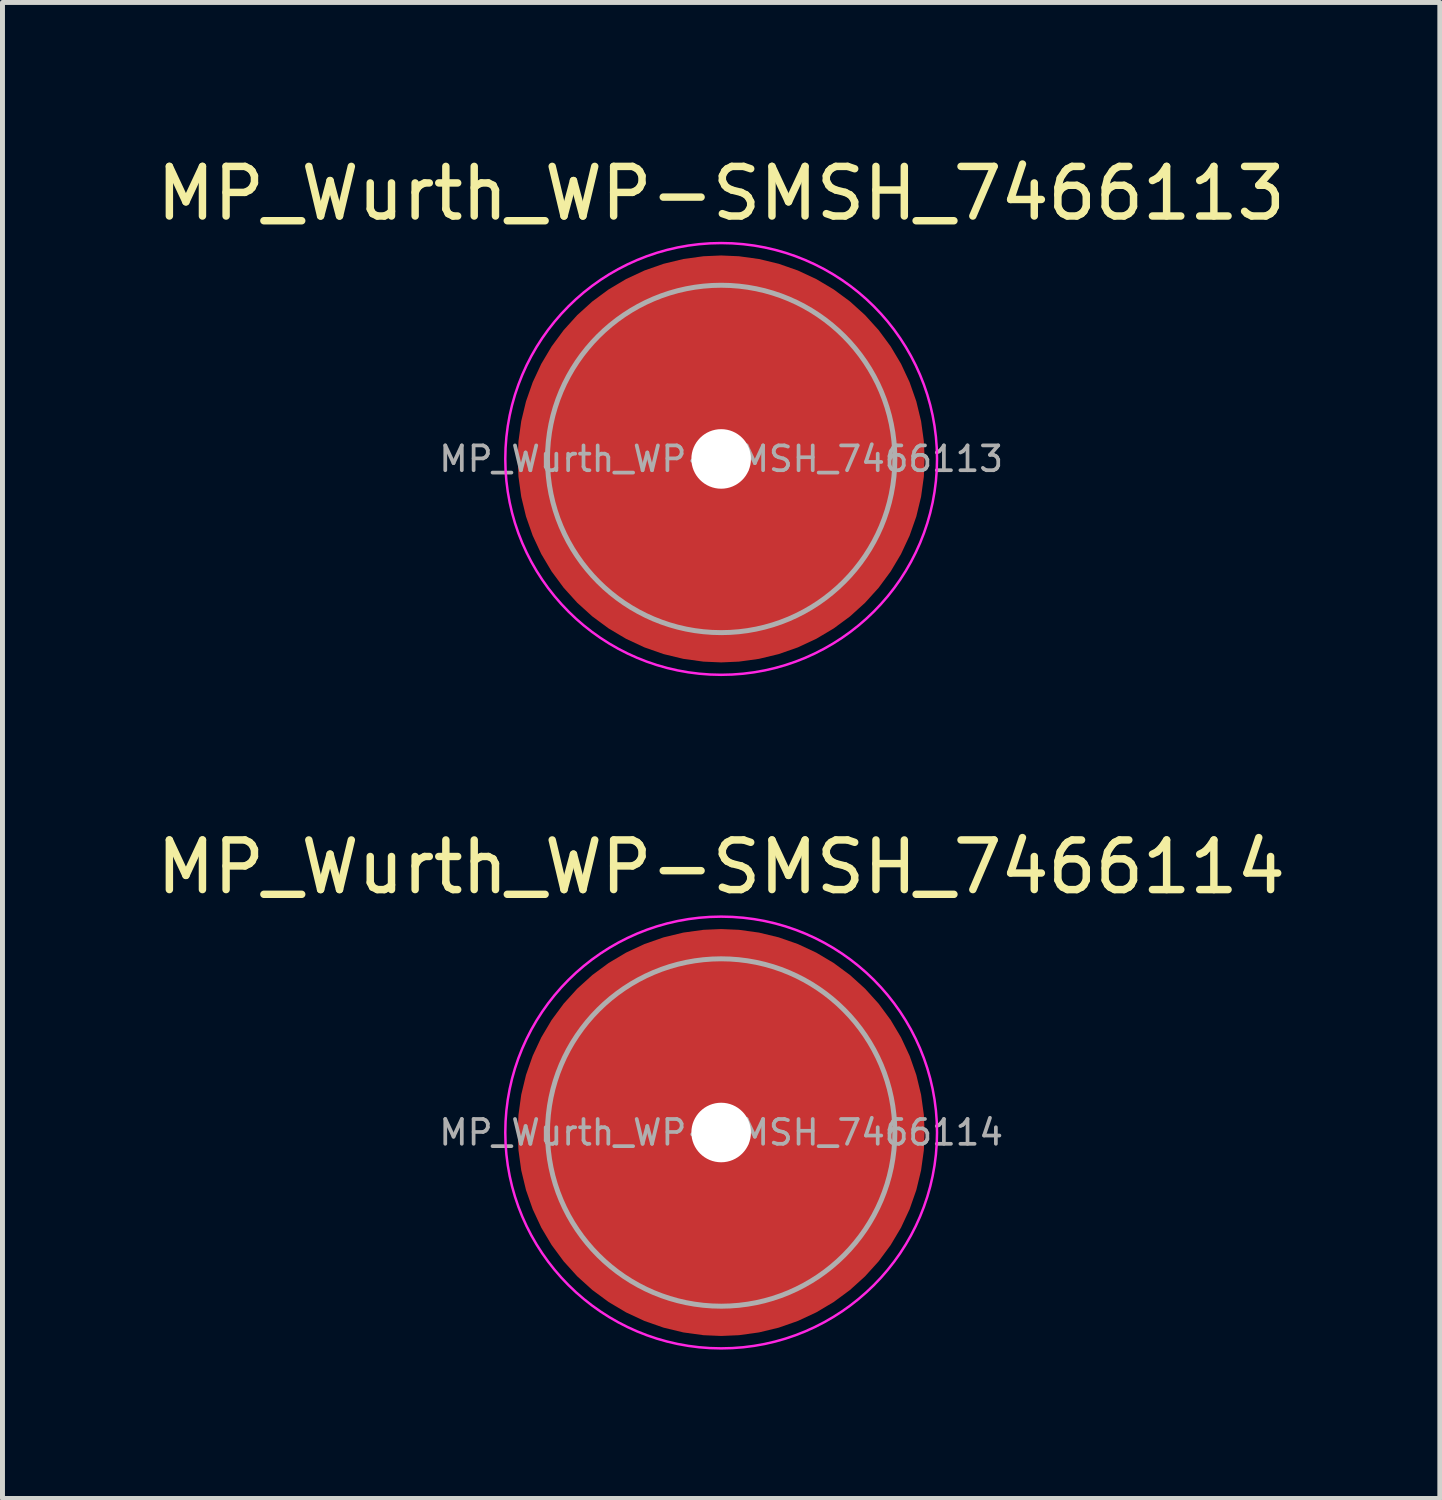
<source format=kicad_pcb>
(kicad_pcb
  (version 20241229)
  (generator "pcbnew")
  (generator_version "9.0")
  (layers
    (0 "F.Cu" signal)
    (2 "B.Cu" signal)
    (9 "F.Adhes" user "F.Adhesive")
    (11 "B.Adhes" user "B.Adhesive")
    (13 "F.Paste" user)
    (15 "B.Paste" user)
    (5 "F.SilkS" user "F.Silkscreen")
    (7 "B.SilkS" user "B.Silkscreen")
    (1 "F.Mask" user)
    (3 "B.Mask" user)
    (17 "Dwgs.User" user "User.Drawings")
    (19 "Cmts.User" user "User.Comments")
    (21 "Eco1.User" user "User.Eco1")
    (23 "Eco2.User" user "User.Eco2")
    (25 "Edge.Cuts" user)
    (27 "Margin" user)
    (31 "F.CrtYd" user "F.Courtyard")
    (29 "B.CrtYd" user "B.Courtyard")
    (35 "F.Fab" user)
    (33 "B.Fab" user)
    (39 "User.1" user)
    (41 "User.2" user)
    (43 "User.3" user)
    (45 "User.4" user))
  (footprint "MP_Wurth_WP-SMSH_7466113"
    (layer "F.Cu")
    (at 11.482 6.198)
    (property "Reference" "MP_Wurth_WP-SMSH_7466113" (at 0 -5.35 0) (unlocked yes) (layer "F.SilkS") (effects (font (size 1 1) (thickness 0.15))))
    (attr smd)
    (fp_poly (pts (xy -0.495 -0.558) (xy -0.551 -0.502) (xy -0.616 -0.422) (xy -0.656 -0.353) (xy -0.7 -0.258) (xy -0.735 -0.129) (xy -0.745 -0.04) (xy -0.745 0.04) (xy -0.735 0.114) (xy -0.715 0.209) (xy -0.69 0.278) (xy -0.661 0.348) (xy -0.621 0.412) (xy -0.571 0.477) (xy -0.495 0.558) (xy -0.495 3.976) (xy -0.531 3.97) (xy -0.726 3.94) (xy -0.726 3.94) (xy -0.916 3.9) (xy -0.916 3.9) (xy -1.111 3.85) (xy -1.111 3.85) (xy -1.286 3.795) (xy -1.287 3.795) (xy -1.472 3.725) (xy -1.472 3.725) (xy -1.607 3.67) (xy -1.607 3.67) (xy -1.727 3.615) (xy -1.727 3.614) (xy -1.877 3.539) (xy -1.877 3.539) (xy -2.062 3.434) (xy -2.063 3.434) (xy -2.243 3.319) (xy -2.243 3.319) (xy -2.383 3.219) (xy -2.383 3.219) (xy -2.513 3.119) (xy -2.513 3.119) (xy -2.653 2.999) (xy -2.653 2.999) (xy -2.758 2.904) (xy -2.759 2.904) (xy -2.884 2.779) (xy -2.884 2.778) (xy -2.979 2.678) (xy -2.979 2.678) (xy -3.064 2.578) (xy -3.139 2.488) (xy -3.139 2.488) (xy -3.254 2.338) (xy -3.254 2.338) (xy -3.344 2.203) (xy -3.424 2.078) (xy -3.424 2.078) (xy -3.504 1.943) (xy -3.504 1.942) (xy -3.564 1.827) (xy -3.565 1.827) (xy -3.64 1.672) (xy -3.64 1.672) (xy -3.71 1.512) (xy -3.71 1.512) (xy -3.77 1.357) (xy -3.77 1.357) (xy -3.81 1.237) (xy -3.85 1.112) (xy -3.85 1.111) (xy -3.885 0.981) (xy -3.885 0.981) (xy -3.915 0.851) (xy -3.915 0.851) (xy -3.94 0.721) (xy -3.96 0.606) (xy -3.96 0.606) (xy -3.975 0.501) (xy -3.975 0.5) (xy -3.985 0.395) (xy -3.995 0.295) (xy -3.995 0.295) (xy -4 0.215) (xy -4 0.215) (xy -4.005 0.09) (xy -4.005 0.09) (xy -4.005 -0.05) (xy -4.005 -0.05) (xy -4 -0.195) (xy -3.995 -0.32) (xy -3.995 -0.321) (xy -3.98 -0.431) (xy -3.97 -0.54) (xy -3.97 -0.541) (xy -3.945 -0.686) (xy -3.925 -0.796) (xy -3.9 -0.921) (xy -3.9 -0.921) (xy -3.845 -1.121) (xy -3.81 -1.241) (xy -3.81 -1.242) (xy -3.745 -1.422) (xy -3.745 -1.422) (xy -3.675 -1.592) (xy -3.675 -1.592) (xy -3.62 -1.717) (xy -3.619 -1.717) (xy -3.559 -1.837) (xy -3.559 -1.837) (xy -3.514 -1.922) (xy -3.514 -1.922) (xy -3.449 -2.037) (xy -3.449 -2.038) (xy -3.379 -2.153) (xy -3.379 -2.153) (xy -3.309 -2.258) (xy -3.309 -2.258) (xy -3.239 -2.358) (xy -3.239 -2.358) (xy -3.149 -2.473) (xy -3.149 -2.473) (xy -3.054 -2.588) (xy -2.989 -2.668) (xy -2.989 -2.668) (xy -2.919 -2.743) (xy -2.919 -2.744) (xy -2.759 -2.904) (xy -2.758 -2.904) (xy -2.688 -2.969) (xy -2.688 -2.969) (xy -2.618 -3.029) (xy -2.528 -3.104) (xy -2.443 -3.174) (xy -2.443 -3.174) (xy -2.333 -3.254) (xy -2.333 -3.254) (xy -2.223 -3.329) (xy -2.133 -3.389) (xy -2.133 -3.389) (xy -2.043 -3.444) (xy -2.043 -3.444) (xy -1.923 -3.514) (xy -1.922 -3.514) (xy -1.817 -3.569) (xy -1.687 -3.634) (xy -1.687 -3.635) (xy -1.502 -3.715) (xy -1.502 -3.715) (xy -1.367 -3.765) (xy -1.367 -3.765) (xy -1.207 -3.82) (xy -1.206 -3.82) (xy -1.056 -3.865) (xy -1.056 -3.865) (xy -0.826 -3.92) (xy -0.826 -3.92) (xy -0.641 -3.95) (xy -0.495 -3.976)) (stroke (width 0) (type default)) (fill yes) (layer "F.Paste"))
    (fp_poly (pts (xy 0.531 -3.97) (xy 0.726 -3.94) (xy 0.726 -3.94) (xy 0.916 -3.9) (xy 0.916 -3.9) (xy 1.111 -3.85) (xy 1.111 -3.85) (xy 1.286 -3.795) (xy 1.287 -3.795) (xy 1.472 -3.725) (xy 1.472 -3.725) (xy 1.607 -3.67) (xy 1.607 -3.67) (xy 1.727 -3.615) (xy 1.727 -3.614) (xy 1.877 -3.539) (xy 1.877 -3.539) (xy 2.062 -3.434) (xy 2.063 -3.434) (xy 2.243 -3.319) (xy 2.243 -3.319) (xy 2.383 -3.219) (xy 2.383 -3.219) (xy 2.513 -3.119) (xy 2.513 -3.119) (xy 2.653 -2.999) (xy 2.653 -2.999) (xy 2.758 -2.904) (xy 2.759 -2.904) (xy 2.884 -2.779) (xy 2.884 -2.778) (xy 2.979 -2.678) (xy 2.979 -2.678) (xy 3.064 -2.578) (xy 3.139 -2.488) (xy 3.139 -2.488) (xy 3.254 -2.338) (xy 3.254 -2.338) (xy 3.344 -2.203) (xy 3.424 -2.078) (xy 3.424 -2.078) (xy 3.504 -1.943) (xy 3.504 -1.942) (xy 3.564 -1.827) (xy 3.565 -1.827) (xy 3.64 -1.672) (xy 3.64 -1.672) (xy 3.71 -1.512) (xy 3.71 -1.512) (xy 3.77 -1.357) (xy 3.77 -1.357) (xy 3.81 -1.237) (xy 3.85 -1.112) (xy 3.85 -1.111) (xy 3.885 -0.981) (xy 3.885 -0.981) (xy 3.915 -0.851) (xy 3.915 -0.851) (xy 3.94 -0.721) (xy 3.96 -0.606) (xy 3.96 -0.606) (xy 3.975 -0.501) (xy 3.975 -0.5) (xy 3.985 -0.395) (xy 3.995 -0.295) (xy 3.995 -0.295) (xy 4 -0.215) (xy 4 -0.215) (xy 4.005 -0.09) (xy 4.005 -0.09) (xy 4.005 0.05) (xy 4.005 0.05) (xy 4 0.195) (xy 3.995 0.32) (xy 3.995 0.321) (xy 3.98 0.431) (xy 3.97 0.54) (xy 3.97 0.541) (xy 3.945 0.686) (xy 3.925 0.796) (xy 3.9 0.921) (xy 3.9 0.921) (xy 3.845 1.121) (xy 3.81 1.241) (xy 3.81 1.242) (xy 3.745 1.422) (xy 3.745 1.422) (xy 3.675 1.592) (xy 3.675 1.592) (xy 3.62 1.717) (xy 3.619 1.717) (xy 3.559 1.837) (xy 3.559 1.837) (xy 3.514 1.922) (xy 3.514 1.922) (xy 3.449 2.037) (xy 3.449 2.038) (xy 3.379 2.153) (xy 3.379 2.153) (xy 3.309 2.258) (xy 3.309 2.258) (xy 3.239 2.358) (xy 3.239 2.358) (xy 3.149 2.473) (xy 3.149 2.473) (xy 3.054 2.588) (xy 2.989 2.668) (xy 2.989 2.668) (xy 2.919 2.743) (xy 2.919 2.744) (xy 2.759 2.904) (xy 2.758 2.904) (xy 2.688 2.969) (xy 2.688 2.969) (xy 2.618 3.029) (xy 2.528 3.104) (xy 2.443 3.174) (xy 2.443 3.174) (xy 2.333 3.254) (xy 2.333 3.254) (xy 2.223 3.329) (xy 2.133 3.389) (xy 2.133 3.389) (xy 2.043 3.444) (xy 2.043 3.444) (xy 1.923 3.514) (xy 1.922 3.514) (xy 1.817 3.569) (xy 1.687 3.634) (xy 1.687 3.635) (xy 1.502 3.715) (xy 1.502 3.715) (xy 1.367 3.765) (xy 1.367 3.765) (xy 1.207 3.82) (xy 1.206 3.82) (xy 1.056 3.865) (xy 1.056 3.865) (xy 0.826 3.92) (xy 0.826 3.92) (xy 0.641 3.95) (xy 0.495 3.976) (xy 0.495 0.558) (xy 0.551 0.502) (xy 0.616 0.422) (xy 0.656 0.353) (xy 0.7 0.258) (xy 0.735 0.129) (xy 0.745 0.04) (xy 0.745 -0.04) (xy 0.735 -0.114) (xy 0.715 -0.209) (xy 0.69 -0.278) (xy 0.661 -0.348) (xy 0.621 -0.412) (xy 0.571 -0.477) (xy 0.495 -0.558) (xy 0.495 -3.976)) (stroke (width 0) (type default)) (fill yes) (layer "F.Paste"))
    (fp_circle (center 0 0) (end 4.35 0) (stroke (width 0.05) (type solid)) (fill no) (layer "F.CrtYd"))
    (fp_circle (center 0 0) (end 3.5 0) (stroke (width 0.1) (type solid)) (fill no) (layer "F.Fab"))
    (fp_text user "${REFERENCE}" (at 0 0 0) (unlocked yes) (layer "F.Fab") (effects (font (size 0.5 0.5) (thickness 0.075))))
    (pad "" np_thru_hole circle (at 0 0) (size 1.2 1.2) (drill 1.2) (layers "*.Cu" "*.Mask"))
    (pad "1" smd roundrect (at 0 0) (size 8.2 8.2) (layers "F.Cu" "F.Mask") (roundrect_rratio 0.5)))
  (footprint "MP_Wurth_WP-SMSH_7466114"
    (layer "F.Cu")
    (at 11.482 19.771)
    (property "Reference" "MP_Wurth_WP-SMSH_7466114" (at 0 -5.35 0) (unlocked yes) (layer "F.SilkS") (effects (font (size 1 1) (thickness 0.15))))
    (attr smd)
    (fp_poly (pts (xy -0.495 -0.558) (xy -0.551 -0.502) (xy -0.616 -0.422) (xy -0.656 -0.353) (xy -0.7 -0.258) (xy -0.735 -0.129) (xy -0.745 -0.04) (xy -0.745 0.04) (xy -0.735 0.114) (xy -0.715 0.209) (xy -0.69 0.278) (xy -0.661 0.348) (xy -0.621 0.412) (xy -0.571 0.477) (xy -0.495 0.558) (xy -0.495 3.976) (xy -0.531 3.97) (xy -0.726 3.94) (xy -0.726 3.94) (xy -0.916 3.9) (xy -0.916 3.9) (xy -1.111 3.85) (xy -1.111 3.85) (xy -1.286 3.795) (xy -1.287 3.795) (xy -1.472 3.725) (xy -1.472 3.725) (xy -1.607 3.67) (xy -1.607 3.67) (xy -1.727 3.615) (xy -1.727 3.614) (xy -1.877 3.539) (xy -1.877 3.539) (xy -2.062 3.434) (xy -2.063 3.434) (xy -2.243 3.319) (xy -2.243 3.319) (xy -2.383 3.219) (xy -2.383 3.219) (xy -2.513 3.119) (xy -2.513 3.119) (xy -2.653 2.999) (xy -2.653 2.999) (xy -2.758 2.904) (xy -2.759 2.904) (xy -2.884 2.779) (xy -2.884 2.778) (xy -2.979 2.678) (xy -2.979 2.678) (xy -3.064 2.578) (xy -3.139 2.488) (xy -3.139 2.488) (xy -3.254 2.338) (xy -3.254 2.338) (xy -3.344 2.203) (xy -3.424 2.078) (xy -3.424 2.078) (xy -3.504 1.943) (xy -3.504 1.942) (xy -3.564 1.827) (xy -3.565 1.827) (xy -3.64 1.672) (xy -3.64 1.672) (xy -3.71 1.512) (xy -3.71 1.512) (xy -3.77 1.357) (xy -3.77 1.357) (xy -3.81 1.237) (xy -3.85 1.112) (xy -3.85 1.111) (xy -3.885 0.981) (xy -3.885 0.981) (xy -3.915 0.851) (xy -3.915 0.851) (xy -3.94 0.721) (xy -3.96 0.606) (xy -3.96 0.606) (xy -3.975 0.501) (xy -3.975 0.5) (xy -3.985 0.395) (xy -3.995 0.295) (xy -3.995 0.295) (xy -4 0.215) (xy -4 0.215) (xy -4.005 0.09) (xy -4.005 0.09) (xy -4.005 -0.05) (xy -4.005 -0.05) (xy -4 -0.195) (xy -3.995 -0.32) (xy -3.995 -0.321) (xy -3.98 -0.431) (xy -3.97 -0.54) (xy -3.97 -0.541) (xy -3.945 -0.686) (xy -3.925 -0.796) (xy -3.9 -0.921) (xy -3.9 -0.921) (xy -3.845 -1.121) (xy -3.81 -1.241) (xy -3.81 -1.242) (xy -3.745 -1.422) (xy -3.745 -1.422) (xy -3.675 -1.592) (xy -3.675 -1.592) (xy -3.62 -1.717) (xy -3.619 -1.717) (xy -3.559 -1.837) (xy -3.559 -1.837) (xy -3.514 -1.922) (xy -3.514 -1.922) (xy -3.449 -2.037) (xy -3.449 -2.038) (xy -3.379 -2.153) (xy -3.379 -2.153) (xy -3.309 -2.258) (xy -3.309 -2.258) (xy -3.239 -2.358) (xy -3.239 -2.358) (xy -3.149 -2.473) (xy -3.149 -2.473) (xy -3.054 -2.588) (xy -2.989 -2.668) (xy -2.989 -2.668) (xy -2.919 -2.743) (xy -2.919 -2.744) (xy -2.759 -2.904) (xy -2.758 -2.904) (xy -2.688 -2.969) (xy -2.688 -2.969) (xy -2.618 -3.029) (xy -2.528 -3.104) (xy -2.443 -3.174) (xy -2.443 -3.174) (xy -2.333 -3.254) (xy -2.333 -3.254) (xy -2.223 -3.329) (xy -2.133 -3.389) (xy -2.133 -3.389) (xy -2.043 -3.444) (xy -2.043 -3.444) (xy -1.923 -3.514) (xy -1.922 -3.514) (xy -1.817 -3.569) (xy -1.687 -3.634) (xy -1.687 -3.635) (xy -1.502 -3.715) (xy -1.502 -3.715) (xy -1.367 -3.765) (xy -1.367 -3.765) (xy -1.207 -3.82) (xy -1.206 -3.82) (xy -1.056 -3.865) (xy -1.056 -3.865) (xy -0.826 -3.92) (xy -0.826 -3.92) (xy -0.641 -3.95) (xy -0.495 -3.976)) (stroke (width 0) (type default)) (fill yes) (layer "F.Paste"))
    (fp_poly (pts (xy 0.531 -3.97) (xy 0.726 -3.94) (xy 0.726 -3.94) (xy 0.916 -3.9) (xy 0.916 -3.9) (xy 1.111 -3.85) (xy 1.111 -3.85) (xy 1.286 -3.795) (xy 1.287 -3.795) (xy 1.472 -3.725) (xy 1.472 -3.725) (xy 1.607 -3.67) (xy 1.607 -3.67) (xy 1.727 -3.615) (xy 1.727 -3.614) (xy 1.877 -3.539) (xy 1.877 -3.539) (xy 2.062 -3.434) (xy 2.063 -3.434) (xy 2.243 -3.319) (xy 2.243 -3.319) (xy 2.383 -3.219) (xy 2.383 -3.219) (xy 2.513 -3.119) (xy 2.513 -3.119) (xy 2.653 -2.999) (xy 2.653 -2.999) (xy 2.758 -2.904) (xy 2.759 -2.904) (xy 2.884 -2.779) (xy 2.884 -2.778) (xy 2.979 -2.678) (xy 2.979 -2.678) (xy 3.064 -2.578) (xy 3.139 -2.488) (xy 3.139 -2.488) (xy 3.254 -2.338) (xy 3.254 -2.338) (xy 3.344 -2.203) (xy 3.424 -2.078) (xy 3.424 -2.078) (xy 3.504 -1.943) (xy 3.504 -1.942) (xy 3.564 -1.827) (xy 3.565 -1.827) (xy 3.64 -1.672) (xy 3.64 -1.672) (xy 3.71 -1.512) (xy 3.71 -1.512) (xy 3.77 -1.357) (xy 3.77 -1.357) (xy 3.81 -1.237) (xy 3.85 -1.112) (xy 3.85 -1.111) (xy 3.885 -0.981) (xy 3.885 -0.981) (xy 3.915 -0.851) (xy 3.915 -0.851) (xy 3.94 -0.721) (xy 3.96 -0.606) (xy 3.96 -0.606) (xy 3.975 -0.501) (xy 3.975 -0.5) (xy 3.985 -0.395) (xy 3.995 -0.295) (xy 3.995 -0.295) (xy 4 -0.215) (xy 4 -0.215) (xy 4.005 -0.09) (xy 4.005 -0.09) (xy 4.005 0.05) (xy 4.005 0.05) (xy 4 0.195) (xy 3.995 0.32) (xy 3.995 0.321) (xy 3.98 0.431) (xy 3.97 0.54) (xy 3.97 0.541) (xy 3.945 0.686) (xy 3.925 0.796) (xy 3.9 0.921) (xy 3.9 0.921) (xy 3.845 1.121) (xy 3.81 1.241) (xy 3.81 1.242) (xy 3.745 1.422) (xy 3.745 1.422) (xy 3.675 1.592) (xy 3.675 1.592) (xy 3.62 1.717) (xy 3.619 1.717) (xy 3.559 1.837) (xy 3.559 1.837) (xy 3.514 1.922) (xy 3.514 1.922) (xy 3.449 2.037) (xy 3.449 2.038) (xy 3.379 2.153) (xy 3.379 2.153) (xy 3.309 2.258) (xy 3.309 2.258) (xy 3.239 2.358) (xy 3.239 2.358) (xy 3.149 2.473) (xy 3.149 2.473) (xy 3.054 2.588) (xy 2.989 2.668) (xy 2.989 2.668) (xy 2.919 2.743) (xy 2.919 2.744) (xy 2.759 2.904) (xy 2.758 2.904) (xy 2.688 2.969) (xy 2.688 2.969) (xy 2.618 3.029) (xy 2.528 3.104) (xy 2.443 3.174) (xy 2.443 3.174) (xy 2.333 3.254) (xy 2.333 3.254) (xy 2.223 3.329) (xy 2.133 3.389) (xy 2.133 3.389) (xy 2.043 3.444) (xy 2.043 3.444) (xy 1.923 3.514) (xy 1.922 3.514) (xy 1.817 3.569) (xy 1.687 3.634) (xy 1.687 3.635) (xy 1.502 3.715) (xy 1.502 3.715) (xy 1.367 3.765) (xy 1.367 3.765) (xy 1.207 3.82) (xy 1.206 3.82) (xy 1.056 3.865) (xy 1.056 3.865) (xy 0.826 3.92) (xy 0.826 3.92) (xy 0.641 3.95) (xy 0.495 3.976) (xy 0.495 0.558) (xy 0.551 0.502) (xy 0.616 0.422) (xy 0.656 0.353) (xy 0.7 0.258) (xy 0.735 0.129) (xy 0.745 0.04) (xy 0.745 -0.04) (xy 0.735 -0.114) (xy 0.715 -0.209) (xy 0.69 -0.278) (xy 0.661 -0.348) (xy 0.621 -0.412) (xy 0.571 -0.477) (xy 0.495 -0.558) (xy 0.495 -3.976)) (stroke (width 0) (type default)) (fill yes) (layer "F.Paste"))
    (fp_circle (center 0 0) (end 4.35 0) (stroke (width 0.05) (type solid)) (fill no) (layer "F.CrtYd"))
    (fp_circle (center 0 0) (end 3.5 0) (stroke (width 0.1) (type solid)) (fill no) (layer "F.Fab"))
    (fp_text user "${REFERENCE}" (at 0 0 0) (unlocked yes) (layer "F.Fab") (effects (font (size 0.5 0.5) (thickness 0.075))))
    (pad "" np_thru_hole circle (at 0 0) (size 1.2 1.2) (drill 1.2) (layers "*.Cu" "*.Mask"))
    (pad "1" smd roundrect (at 0 0) (size 8.2 8.2) (layers "F.Cu" "F.Mask") (roundrect_rratio 0.5)))
  (gr_rect
    (start -3 -3)
    (end 25.964 27.146)
    (stroke (width 0.1) (type default))
    (fill no)
    (layer "Edge.Cuts")))
</source>
